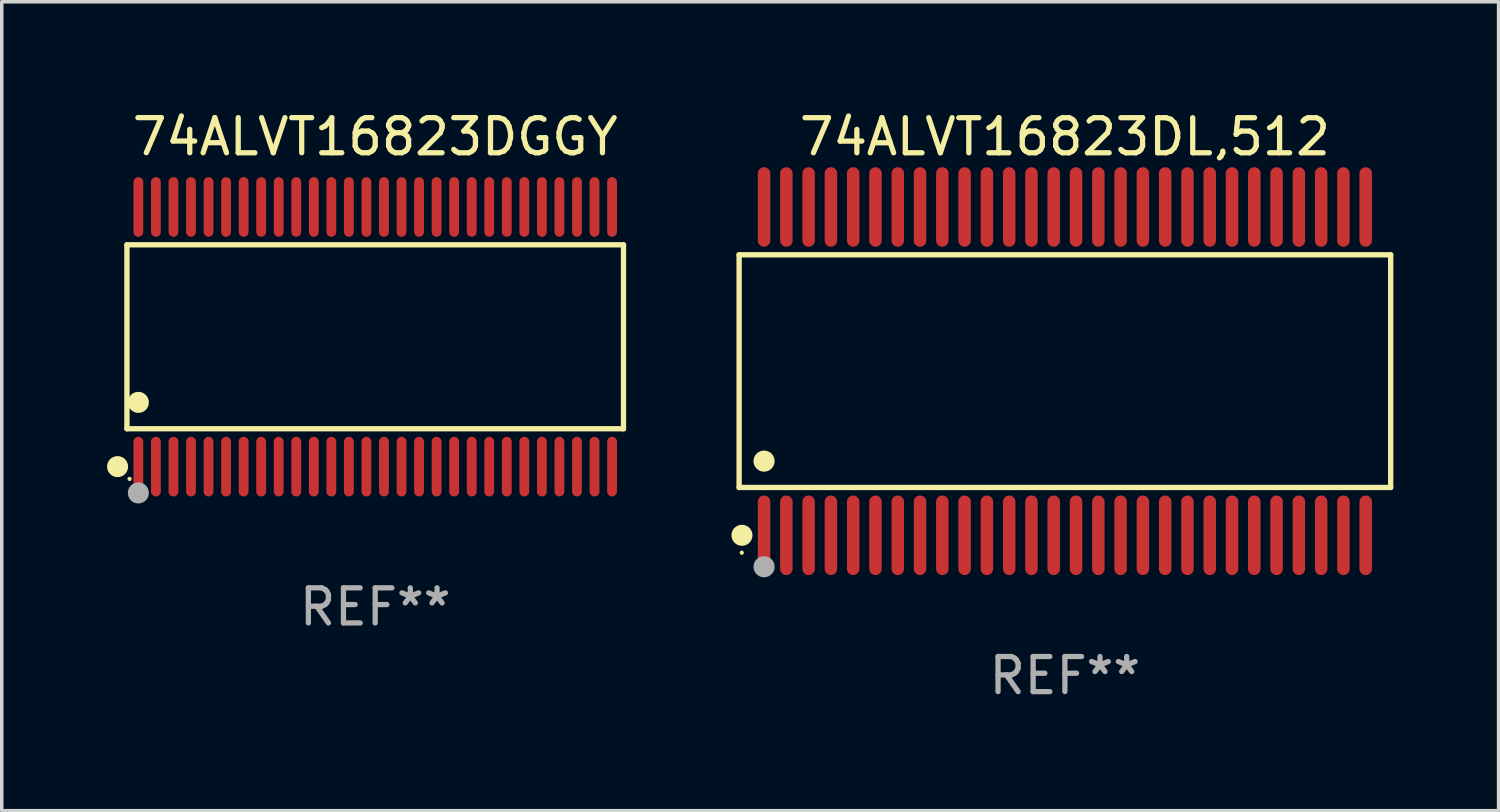
<source format=kicad_pcb>
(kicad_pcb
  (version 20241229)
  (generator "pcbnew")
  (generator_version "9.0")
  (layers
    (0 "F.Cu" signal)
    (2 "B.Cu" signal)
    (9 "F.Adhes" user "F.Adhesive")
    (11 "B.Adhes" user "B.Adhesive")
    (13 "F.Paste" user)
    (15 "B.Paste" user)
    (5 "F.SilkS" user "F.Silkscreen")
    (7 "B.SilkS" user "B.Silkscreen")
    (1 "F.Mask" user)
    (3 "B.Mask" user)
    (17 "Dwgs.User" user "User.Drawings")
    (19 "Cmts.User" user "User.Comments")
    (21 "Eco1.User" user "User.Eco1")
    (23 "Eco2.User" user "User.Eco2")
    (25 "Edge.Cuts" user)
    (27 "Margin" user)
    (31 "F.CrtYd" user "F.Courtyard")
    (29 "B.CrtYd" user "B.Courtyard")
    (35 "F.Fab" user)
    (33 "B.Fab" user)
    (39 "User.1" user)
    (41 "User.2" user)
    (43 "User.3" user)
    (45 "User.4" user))
  (footprint "74ALVT16823DGGY"
    (layer "F.Cu")
    (at 7.643 6.548)
    (property "Reference" "74ALVT16823DGGY" (at 0 -5.7 0) (layer "F.SilkS") (effects (font (size 1 1) (thickness 0.15))))
    (attr through_hole)
    (fp_line (start -7.076 -2.621) (end 7.076 -2.621) (stroke (width 0.152) (type solid)) (layer "F.SilkS"))
    (fp_line (start -7.076 2.621) (end -7.076 -2.621) (stroke (width 0.152) (type solid)) (layer "F.SilkS"))
    (fp_line (start 7.076 -2.621) (end 7.076 2.621) (stroke (width 0.152) (type solid)) (layer "F.SilkS"))
    (fp_line (start 7.076 2.621) (end -7.076 2.621) (stroke (width 0.152) (type solid)) (layer "F.SilkS"))
    (fp_circle (center -7.342 3.7) (end -7.192 3.7) (stroke (width 0.3) (type solid)) (fill no) (layer "F.SilkS"))
    (fp_circle (center -7 4.05) (end -6.97 4.05) (stroke (width 0.06) (type solid)) (fill no) (layer "F.SilkS"))
    (fp_circle (center -6.75 1.869) (end -6.6 1.869) (stroke (width 0.3) (type solid)) (fill no) (layer "F.SilkS"))
    (fp_circle (center -6.75 4.45) (end -6.6 4.45) (stroke (width 0.3) (type solid)) (fill no) (layer "F.Fab"))
    (fp_text user "REF**" (at 0 7.7 0) (layer "F.Fab") (effects (font (size 1 1) (thickness 0.15))))
    (pad "1" smd oval (at -6.75 3.7) (size 0.28 1.7) (layers "F.Cu" "F.Mask" "F.Paste"))
    (pad "2" smd oval (at -6.25 3.7) (size 0.28 1.7) (layers "F.Cu" "F.Mask" "F.Paste"))
    (pad "3" smd oval (at -5.75 3.7) (size 0.28 1.7) (layers "F.Cu" "F.Mask" "F.Paste"))
    (pad "4" smd oval (at -5.25 3.7) (size 0.28 1.7) (layers "F.Cu" "F.Mask" "F.Paste"))
    (pad "5" smd oval (at -4.75 3.7) (size 0.28 1.7) (layers "F.Cu" "F.Mask" "F.Paste"))
    (pad "6" smd oval (at -4.25 3.7) (size 0.28 1.7) (layers "F.Cu" "F.Mask" "F.Paste"))
    (pad "7" smd oval (at -3.75 3.7) (size 0.28 1.7) (layers "F.Cu" "F.Mask" "F.Paste"))
    (pad "8" smd oval (at -3.25 3.7) (size 0.28 1.7) (layers "F.Cu" "F.Mask" "F.Paste"))
    (pad "9" smd oval (at -2.75 3.7) (size 0.28 1.7) (layers "F.Cu" "F.Mask" "F.Paste"))
    (pad "10" smd oval (at -2.25 3.7) (size 0.28 1.7) (layers "F.Cu" "F.Mask" "F.Paste"))
    (pad "11" smd oval (at -1.75 3.7) (size 0.28 1.7) (layers "F.Cu" "F.Mask" "F.Paste"))
    (pad "12" smd oval (at -1.25 3.7) (size 0.28 1.7) (layers "F.Cu" "F.Mask" "F.Paste"))
    (pad "13" smd oval (at -0.75 3.7) (size 0.28 1.7) (layers "F.Cu" "F.Mask" "F.Paste"))
    (pad "14" smd oval (at -0.25 3.7) (size 0.28 1.7) (layers "F.Cu" "F.Mask" "F.Paste"))
    (pad "15" smd oval (at 0.25 3.7) (size 0.28 1.7) (layers "F.Cu" "F.Mask" "F.Paste"))
    (pad "16" smd oval (at 0.75 3.7) (size 0.28 1.7) (layers "F.Cu" "F.Mask" "F.Paste"))
    (pad "17" smd oval (at 1.25 3.7) (size 0.28 1.7) (layers "F.Cu" "F.Mask" "F.Paste"))
    (pad "18" smd oval (at 1.75 3.7) (size 0.28 1.7) (layers "F.Cu" "F.Mask" "F.Paste"))
    (pad "19" smd oval (at 2.25 3.7) (size 0.28 1.7) (layers "F.Cu" "F.Mask" "F.Paste"))
    (pad "20" smd oval (at 2.75 3.7) (size 0.28 1.7) (layers "F.Cu" "F.Mask" "F.Paste"))
    (pad "21" smd oval (at 3.25 3.7) (size 0.28 1.7) (layers "F.Cu" "F.Mask" "F.Paste"))
    (pad "22" smd oval (at 3.75 3.7) (size 0.28 1.7) (layers "F.Cu" "F.Mask" "F.Paste"))
    (pad "23" smd oval (at 4.25 3.7) (size 0.28 1.7) (layers "F.Cu" "F.Mask" "F.Paste"))
    (pad "24" smd oval (at 4.75 3.7) (size 0.28 1.7) (layers "F.Cu" "F.Mask" "F.Paste"))
    (pad "25" smd oval (at 5.25 3.7) (size 0.28 1.7) (layers "F.Cu" "F.Mask" "F.Paste"))
    (pad "26" smd oval (at 5.75 3.7) (size 0.28 1.7) (layers "F.Cu" "F.Mask" "F.Paste"))
    (pad "27" smd oval (at 6.25 3.7) (size 0.28 1.7) (layers "F.Cu" "F.Mask" "F.Paste"))
    (pad "28" smd oval (at 6.75 3.7) (size 0.28 1.7) (layers "F.Cu" "F.Mask" "F.Paste"))
    (pad "29" smd oval (at 6.75 -3.7) (size 0.28 1.7) (layers "F.Cu" "F.Mask" "F.Paste"))
    (pad "30" smd oval (at 6.25 -3.7) (size 0.28 1.7) (layers "F.Cu" "F.Mask" "F.Paste"))
    (pad "31" smd oval (at 5.75 -3.7) (size 0.28 1.7) (layers "F.Cu" "F.Mask" "F.Paste"))
    (pad "32" smd oval (at 5.25 -3.7) (size 0.28 1.7) (layers "F.Cu" "F.Mask" "F.Paste"))
    (pad "33" smd oval (at 4.75 -3.7) (size 0.28 1.7) (layers "F.Cu" "F.Mask" "F.Paste"))
    (pad "34" smd oval (at 4.25 -3.7) (size 0.28 1.7) (layers "F.Cu" "F.Mask" "F.Paste"))
    (pad "35" smd oval (at 3.75 -3.7) (size 0.28 1.7) (layers "F.Cu" "F.Mask" "F.Paste"))
    (pad "36" smd oval (at 3.25 -3.7) (size 0.28 1.7) (layers "F.Cu" "F.Mask" "F.Paste"))
    (pad "37" smd oval (at 2.75 -3.7) (size 0.28 1.7) (layers "F.Cu" "F.Mask" "F.Paste"))
    (pad "38" smd oval (at 2.25 -3.7) (size 0.28 1.7) (layers "F.Cu" "F.Mask" "F.Paste"))
    (pad "39" smd oval (at 1.75 -3.7) (size 0.28 1.7) (layers "F.Cu" "F.Mask" "F.Paste"))
    (pad "40" smd oval (at 1.25 -3.7) (size 0.28 1.7) (layers "F.Cu" "F.Mask" "F.Paste"))
    (pad "41" smd oval (at 0.75 -3.7) (size 0.28 1.7) (layers "F.Cu" "F.Mask" "F.Paste"))
    (pad "42" smd oval (at 0.25 -3.7) (size 0.28 1.7) (layers "F.Cu" "F.Mask" "F.Paste"))
    (pad "43" smd oval (at -0.25 -3.7) (size 0.28 1.7) (layers "F.Cu" "F.Mask" "F.Paste"))
    (pad "44" smd oval (at -0.75 -3.7) (size 0.28 1.7) (layers "F.Cu" "F.Mask" "F.Paste"))
    (pad "45" smd oval (at -1.25 -3.7) (size 0.28 1.7) (layers "F.Cu" "F.Mask" "F.Paste"))
    (pad "46" smd oval (at -1.75 -3.7) (size 0.28 1.7) (layers "F.Cu" "F.Mask" "F.Paste"))
    (pad "47" smd oval (at -2.25 -3.7) (size 0.28 1.7) (layers "F.Cu" "F.Mask" "F.Paste"))
    (pad "48" smd oval (at -2.75 -3.7) (size 0.28 1.7) (layers "F.Cu" "F.Mask" "F.Paste"))
    (pad "49" smd oval (at -3.25 -3.7) (size 0.28 1.7) (layers "F.Cu" "F.Mask" "F.Paste"))
    (pad "50" smd oval (at -3.75 -3.7) (size 0.28 1.7) (layers "F.Cu" "F.Mask" "F.Paste"))
    (pad "51" smd oval (at -4.25 -3.7) (size 0.28 1.7) (layers "F.Cu" "F.Mask" "F.Paste"))
    (pad "52" smd oval (at -4.75 -3.7) (size 0.28 1.7) (layers "F.Cu" "F.Mask" "F.Paste"))
    (pad "53" smd oval (at -5.25 -3.7) (size 0.28 1.7) (layers "F.Cu" "F.Mask" "F.Paste"))
    (pad "54" smd oval (at -5.75 -3.7) (size 0.28 1.7) (layers "F.Cu" "F.Mask" "F.Paste"))
    (pad "55" smd oval (at -6.25 -3.7) (size 0.28 1.7) (layers "F.Cu" "F.Mask" "F.Paste"))
    (pad "56" smd oval (at -6.75 -3.7) (size 0.28 1.7) (layers "F.Cu" "F.Mask" "F.Paste")))
  (footprint "74ALVT16823DL,512"
    (layer "F.Cu")
    (at 27.298 7.527)
    (property "Reference" "74ALVT16823DL,512" (at 0 -6.678 0) (layer "F.SilkS") (effects (font (size 1 1) (thickness 0.15))))
    (attr through_hole)
    (fp_line (start -9.284 -3.316) (end 9.284 -3.316) (stroke (width 0.152) (type solid)) (layer "F.SilkS"))
    (fp_line (start -9.284 3.316) (end -9.284 -3.316) (stroke (width 0.152) (type solid)) (layer "F.SilkS"))
    (fp_line (start 9.284 -3.316) (end 9.284 3.316) (stroke (width 0.152) (type solid)) (layer "F.SilkS"))
    (fp_line (start 9.284 3.316) (end -9.284 3.316) (stroke (width 0.152) (type solid)) (layer "F.SilkS"))
    (fp_circle (center -9.208 5.175) (end -9.178 5.175) (stroke (width 0.06) (type solid)) (fill no) (layer "F.SilkS"))
    (fp_circle (center -9.203 4.678) (end -9.053 4.678) (stroke (width 0.3) (type solid)) (fill no) (layer "F.SilkS"))
    (fp_circle (center -8.573 2.564) (end -8.422 2.564) (stroke (width 0.3) (type solid)) (fill no) (layer "F.SilkS"))
    (fp_circle (center -8.573 5.575) (end -8.422 5.575) (stroke (width 0.3) (type solid)) (fill no) (layer "F.Fab"))
    (fp_text user "REF**" (at 0 8.678 0) (layer "F.Fab") (effects (font (size 1 1) (thickness 0.15))))
    (pad "1" smd oval (at -8.573 4.678) (size 0.356 2.267) (layers "F.Cu" "F.Mask" "F.Paste"))
    (pad "2" smd oval (at -7.938 4.678) (size 0.356 2.267) (layers "F.Cu" "F.Mask" "F.Paste"))
    (pad "3" smd oval (at -7.303 4.678) (size 0.356 2.267) (layers "F.Cu" "F.Mask" "F.Paste"))
    (pad "4" smd oval (at -6.668 4.678) (size 0.356 2.267) (layers "F.Cu" "F.Mask" "F.Paste"))
    (pad "5" smd oval (at -6.033 4.678) (size 0.356 2.267) (layers "F.Cu" "F.Mask" "F.Paste"))
    (pad "6" smd oval (at -5.398 4.678) (size 0.356 2.267) (layers "F.Cu" "F.Mask" "F.Paste"))
    (pad "7" smd oval (at -4.763 4.678) (size 0.356 2.267) (layers "F.Cu" "F.Mask" "F.Paste"))
    (pad "8" smd oval (at -4.128 4.678) (size 0.356 2.267) (layers "F.Cu" "F.Mask" "F.Paste"))
    (pad "9" smd oval (at -3.493 4.678) (size 0.356 2.267) (layers "F.Cu" "F.Mask" "F.Paste"))
    (pad "10" smd oval (at -2.858 4.678) (size 0.356 2.267) (layers "F.Cu" "F.Mask" "F.Paste"))
    (pad "11" smd oval (at -2.223 4.678) (size 0.356 2.267) (layers "F.Cu" "F.Mask" "F.Paste"))
    (pad "12" smd oval (at -1.588 4.678) (size 0.356 2.267) (layers "F.Cu" "F.Mask" "F.Paste"))
    (pad "13" smd oval (at -0.953 4.678) (size 0.356 2.267) (layers "F.Cu" "F.Mask" "F.Paste"))
    (pad "14" smd oval (at -0.318 4.678) (size 0.356 2.267) (layers "F.Cu" "F.Mask" "F.Paste"))
    (pad "15" smd oval (at 0.318 4.678) (size 0.356 2.267) (layers "F.Cu" "F.Mask" "F.Paste"))
    (pad "16" smd oval (at 0.953 4.678) (size 0.356 2.267) (layers "F.Cu" "F.Mask" "F.Paste"))
    (pad "17" smd oval (at 1.588 4.678) (size 0.356 2.267) (layers "F.Cu" "F.Mask" "F.Paste"))
    (pad "18" smd oval (at 2.223 4.678) (size 0.356 2.267) (layers "F.Cu" "F.Mask" "F.Paste"))
    (pad "19" smd oval (at 2.858 4.678) (size 0.356 2.267) (layers "F.Cu" "F.Mask" "F.Paste"))
    (pad "20" smd oval (at 3.493 4.678) (size 0.356 2.267) (layers "F.Cu" "F.Mask" "F.Paste"))
    (pad "21" smd oval (at 4.128 4.678) (size 0.356 2.267) (layers "F.Cu" "F.Mask" "F.Paste"))
    (pad "22" smd oval (at 4.763 4.678) (size 0.356 2.267) (layers "F.Cu" "F.Mask" "F.Paste"))
    (pad "23" smd oval (at 5.398 4.678) (size 0.356 2.267) (layers "F.Cu" "F.Mask" "F.Paste"))
    (pad "24" smd oval (at 6.033 4.678) (size 0.356 2.267) (layers "F.Cu" "F.Mask" "F.Paste"))
    (pad "25" smd oval (at 6.668 4.678) (size 0.356 2.267) (layers "F.Cu" "F.Mask" "F.Paste"))
    (pad "26" smd oval (at 7.303 4.678) (size 0.356 2.267) (layers "F.Cu" "F.Mask" "F.Paste"))
    (pad "27" smd oval (at 7.938 4.678) (size 0.356 2.267) (layers "F.Cu" "F.Mask" "F.Paste"))
    (pad "28" smd oval (at 8.573 4.678) (size 0.356 2.267) (layers "F.Cu" "F.Mask" "F.Paste"))
    (pad "29" smd oval (at 8.573 -4.678) (size 0.356 2.267) (layers "F.Cu" "F.Mask" "F.Paste"))
    (pad "30" smd oval (at 7.938 -4.678) (size 0.356 2.267) (layers "F.Cu" "F.Mask" "F.Paste"))
    (pad "31" smd oval (at 7.303 -4.678) (size 0.356 2.267) (layers "F.Cu" "F.Mask" "F.Paste"))
    (pad "32" smd oval (at 6.668 -4.678) (size 0.356 2.267) (layers "F.Cu" "F.Mask" "F.Paste"))
    (pad "33" smd oval (at 6.033 -4.678) (size 0.356 2.267) (layers "F.Cu" "F.Mask" "F.Paste"))
    (pad "34" smd oval (at 5.398 -4.678) (size 0.356 2.267) (layers "F.Cu" "F.Mask" "F.Paste"))
    (pad "35" smd oval (at 4.763 -4.678) (size 0.356 2.267) (layers "F.Cu" "F.Mask" "F.Paste"))
    (pad "36" smd oval (at 4.128 -4.678) (size 0.356 2.267) (layers "F.Cu" "F.Mask" "F.Paste"))
    (pad "37" smd oval (at 3.493 -4.678) (size 0.356 2.267) (layers "F.Cu" "F.Mask" "F.Paste"))
    (pad "38" smd oval (at 2.858 -4.678) (size 0.356 2.267) (layers "F.Cu" "F.Mask" "F.Paste"))
    (pad "39" smd oval (at 2.223 -4.678) (size 0.356 2.267) (layers "F.Cu" "F.Mask" "F.Paste"))
    (pad "40" smd oval (at 1.588 -4.678) (size 0.356 2.267) (layers "F.Cu" "F.Mask" "F.Paste"))
    (pad "41" smd oval (at 0.953 -4.678) (size 0.356 2.267) (layers "F.Cu" "F.Mask" "F.Paste"))
    (pad "42" smd oval (at 0.318 -4.678) (size 0.356 2.267) (layers "F.Cu" "F.Mask" "F.Paste"))
    (pad "43" smd oval (at -0.318 -4.678) (size 0.356 2.267) (layers "F.Cu" "F.Mask" "F.Paste"))
    (pad "44" smd oval (at -0.953 -4.678) (size 0.356 2.267) (layers "F.Cu" "F.Mask" "F.Paste"))
    (pad "45" smd oval (at -1.588 -4.678) (size 0.356 2.267) (layers "F.Cu" "F.Mask" "F.Paste"))
    (pad "46" smd oval (at -2.223 -4.678) (size 0.356 2.267) (layers "F.Cu" "F.Mask" "F.Paste"))
    (pad "47" smd oval (at -2.858 -4.678) (size 0.356 2.267) (layers "F.Cu" "F.Mask" "F.Paste"))
    (pad "48" smd oval (at -3.493 -4.678) (size 0.356 2.267) (layers "F.Cu" "F.Mask" "F.Paste"))
    (pad "49" smd oval (at -4.128 -4.678) (size 0.356 2.267) (layers "F.Cu" "F.Mask" "F.Paste"))
    (pad "50" smd oval (at -4.763 -4.678) (size 0.356 2.267) (layers "F.Cu" "F.Mask" "F.Paste"))
    (pad "51" smd oval (at -5.398 -4.678) (size 0.356 2.267) (layers "F.Cu" "F.Mask" "F.Paste"))
    (pad "52" smd oval (at -6.033 -4.678) (size 0.356 2.267) (layers "F.Cu" "F.Mask" "F.Paste"))
    (pad "53" smd oval (at -6.668 -4.678) (size 0.356 2.267) (layers "F.Cu" "F.Mask" "F.Paste"))
    (pad "54" smd oval (at -7.303 -4.678) (size 0.356 2.267) (layers "F.Cu" "F.Mask" "F.Paste"))
    (pad "55" smd oval (at -7.938 -4.678) (size 0.356 2.267) (layers "F.Cu" "F.Mask" "F.Paste"))
    (pad "56" smd oval (at -8.573 -4.678) (size 0.356 2.267) (layers "F.Cu" "F.Mask" "F.Paste")))
  (gr_rect
    (start -3 -3)
    (end 39.658 20.053)
    (stroke (width 0.1) (type default))
    (fill no)
    (layer "Edge.Cuts")))
</source>
